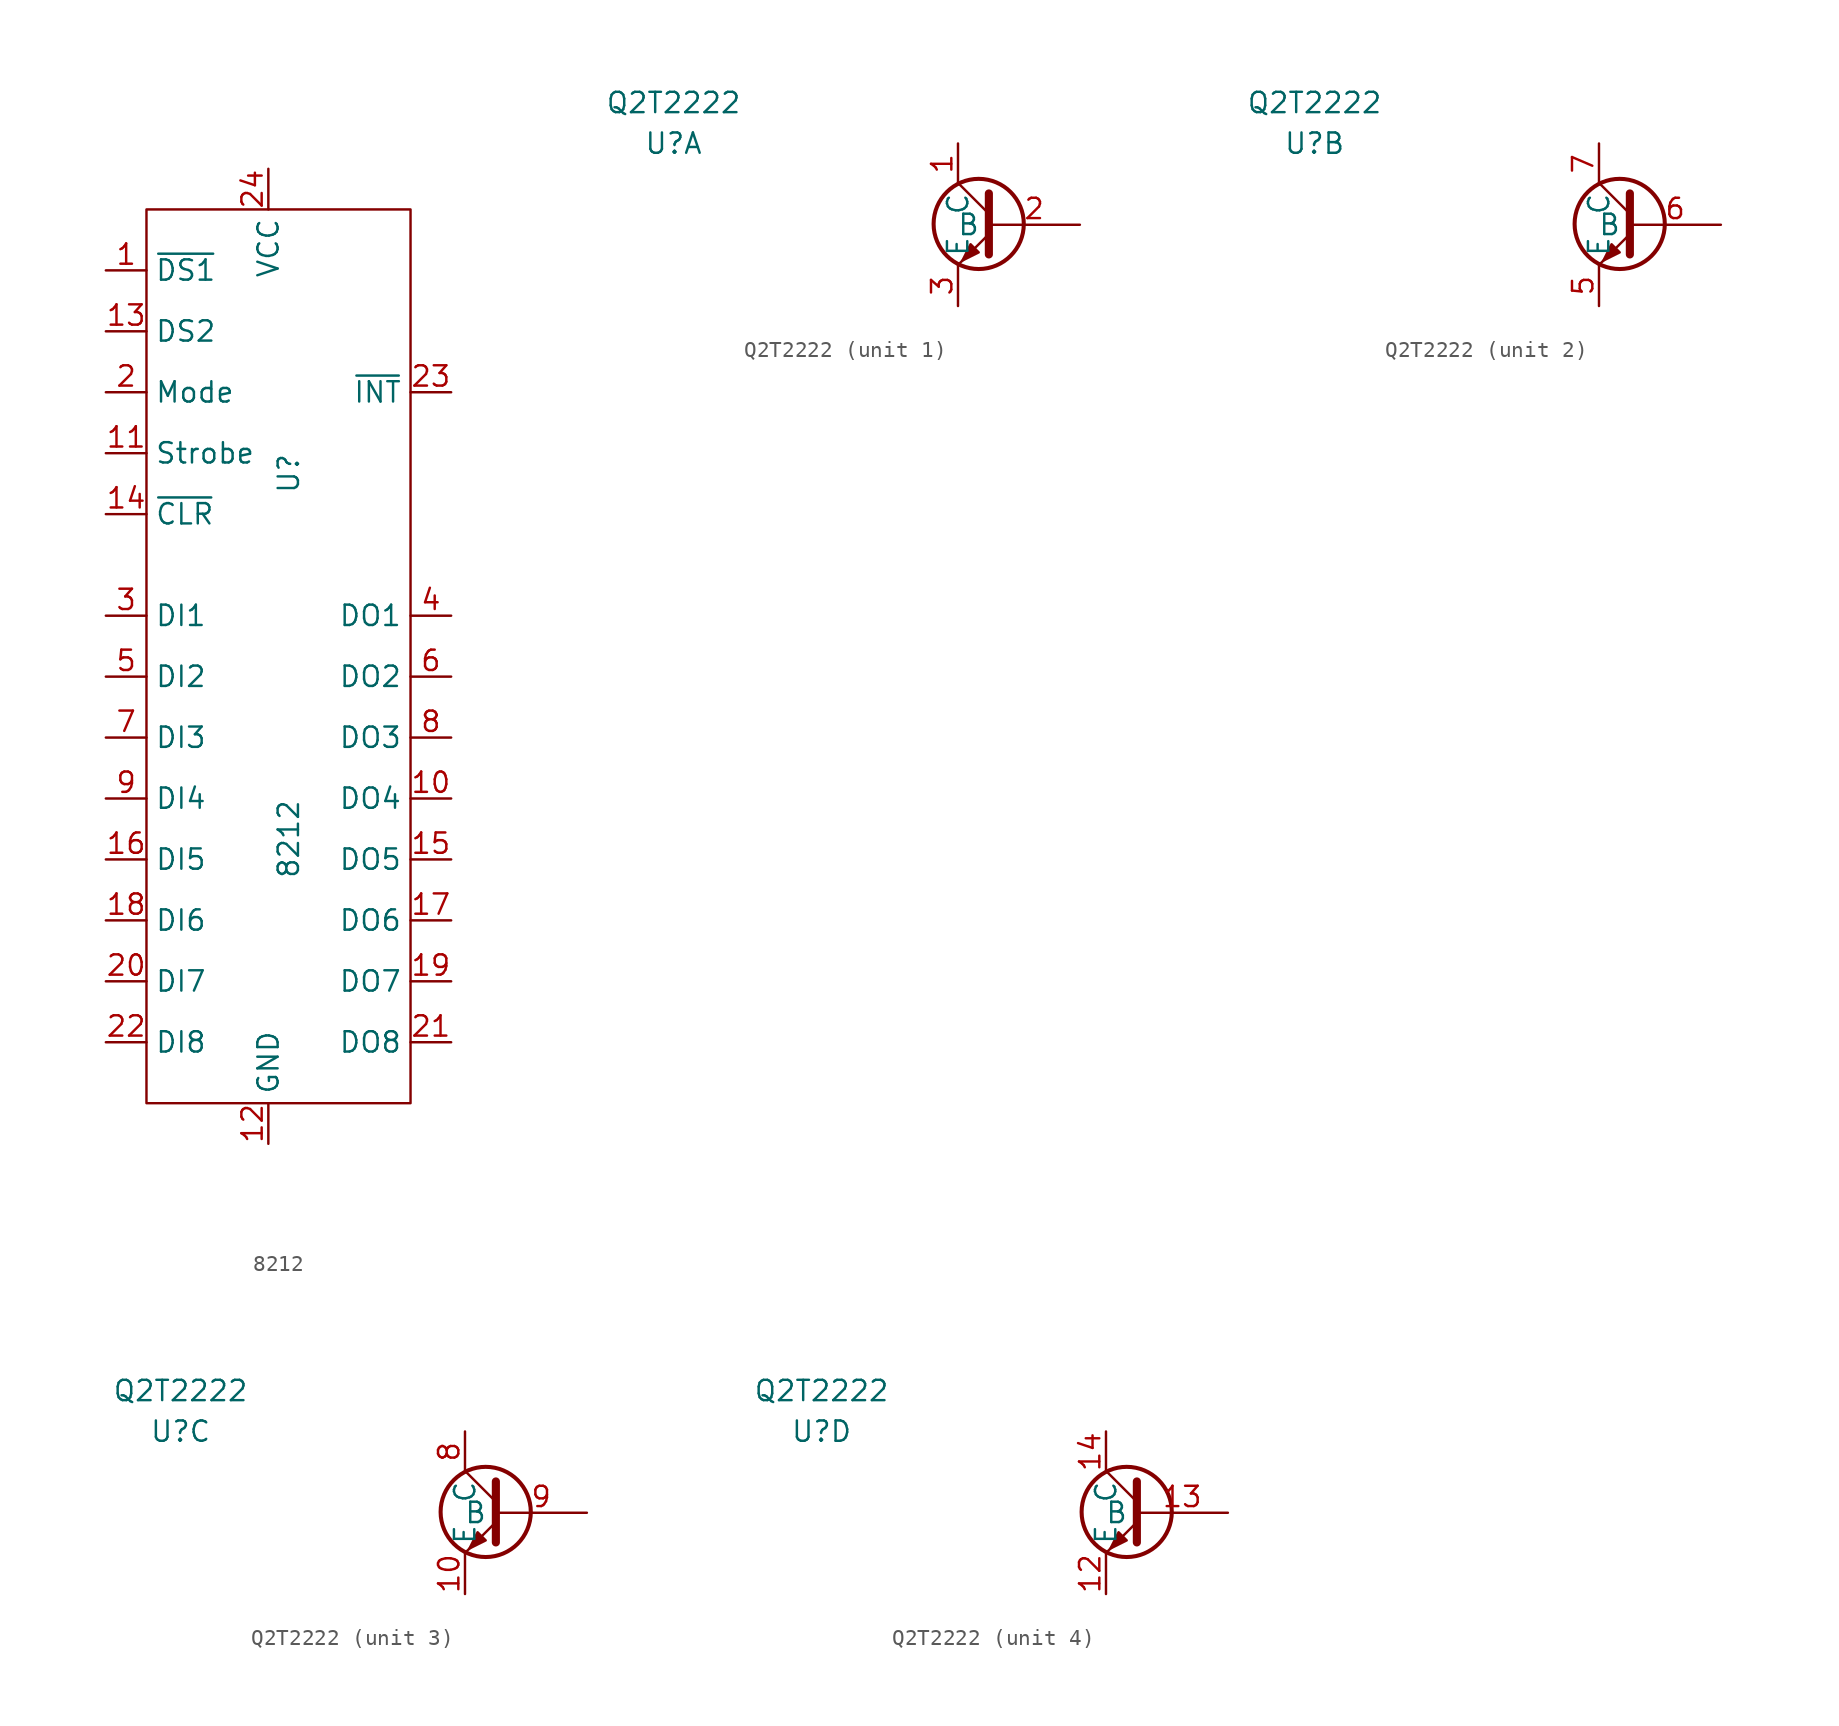
<source format=kicad_sym>
(kicad_symbol_lib
  (version 20220914)
  (generator kicad_symbol_editor)
  (symbol "8212"
    (property "Reference" "U"
      (at 1.27 8.89 90)
      (effects (font (size 1.27 1.27))))
    (property "Value" "8212"
      (at 1.27 -13.97 90)
      (effects (font (size 1.27 1.27))))
    (symbol "8212_0_1"
      (rectangle (start -7.62 25.4) (end 8.89 -30.48) (stroke (width 0.152) (type default)) (fill (type none))))
    (symbol "8212_1_1"
      (pin input line (at -10.16 21.59 0) (length 2.54) (name "~{DS1}" (effects (font (size 1.27 1.27)))) (number "1" (effects (font (size 1.27 1.27)))))
      (pin output line (at 11.43 -11.43 180) (length 2.54) (name "DO4" (effects (font (size 1.27 1.27)))) (number "10" (effects (font (size 1.27 1.27)))))
      (pin input line (at -10.16 10.16 0) (length 2.54) (name "Strobe" (effects (font (size 1.27 1.27)))) (number "11" (effects (font (size 1.27 1.27)))))
      (pin input line (at 0 -33.02 90) (length 2.54) (name "GND" (effects (font (size 1.27 1.27)))) (number "12" (effects (font (size 1.27 1.27)))))
      (pin input line (at -10.16 17.78 0) (length 2.54) (name "DS2" (effects (font (size 1.27 1.27)))) (number "13" (effects (font (size 1.27 1.27)))))
      (pin input line (at -10.16 6.35 0) (length 2.54) (name "~{CLR}" (effects (font (size 1.27 1.27)))) (number "14" (effects (font (size 1.27 1.27)))))
      (pin output line (at 11.43 -15.24 180) (length 2.54) (name "DO5" (effects (font (size 1.27 1.27)))) (number "15" (effects (font (size 1.27 1.27)))))
      (pin input line (at -10.16 -15.24 0) (length 2.54) (name "DI5" (effects (font (size 1.27 1.27)))) (number "16" (effects (font (size 1.27 1.27)))))
      (pin output line (at 11.43 -19.05 180) (length 2.54) (name "DO6" (effects (font (size 1.27 1.27)))) (number "17" (effects (font (size 1.27 1.27)))))
      (pin input line (at -10.16 -19.05 0) (length 2.54) (name "DI6" (effects (font (size 1.27 1.27)))) (number "18" (effects (font (size 1.27 1.27)))))
      (pin output line (at 11.43 -22.86 180) (length 2.54) (name "DO7" (effects (font (size 1.27 1.27)))) (number "19" (effects (font (size 1.27 1.27)))))
      (pin input line (at -10.16 13.97 0) (length 2.54) (name "Mode" (effects (font (size 1.27 1.27)))) (number "2" (effects (font (size 1.27 1.27)))))
      (pin input line (at -10.16 -22.86 0) (length 2.54) (name "DI7" (effects (font (size 1.27 1.27)))) (number "20" (effects (font (size 1.27 1.27)))))
      (pin output line (at 11.43 -26.67 180) (length 2.54) (name "DO8" (effects (font (size 1.27 1.27)))) (number "21" (effects (font (size 1.27 1.27)))))
      (pin input line (at -10.16 -26.67 0) (length 2.54) (name "DI8" (effects (font (size 1.27 1.27)))) (number "22" (effects (font (size 1.27 1.27)))))
      (pin output line (at 11.43 13.97 180) (length 2.54) (name "~{INT}" (effects (font (size 1.27 1.27)))) (number "23" (effects (font (size 1.27 1.27)))))
      (pin input line (at 0 27.94 270) (length 2.54) (name "VCC" (effects (font (size 1.27 1.27)))) (number "24" (effects (font (size 1.27 1.27)))))
      (pin input line (at -10.16 0 0) (length 2.54) (name "DI1" (effects (font (size 1.27 1.27)))) (number "3" (effects (font (size 1.27 1.27)))))
      (pin output line (at 11.43 0 180) (length 2.54) (name "DO1" (effects (font (size 1.27 1.27)))) (number "4" (effects (font (size 1.27 1.27)))))
      (pin input line (at -10.16 -3.81 0) (length 2.54) (name "DI2" (effects (font (size 1.27 1.27)))) (number "5" (effects (font (size 1.27 1.27)))))
      (pin output line (at 11.43 -3.81 180) (length 2.54) (name "DO2" (effects (font (size 1.27 1.27)))) (number "6" (effects (font (size 1.27 1.27)))))
      (pin input line (at -10.16 -7.62 0) (length 2.54) (name "DI3" (effects (font (size 1.27 1.27)))) (number "7" (effects (font (size 1.27 1.27)))))
      (pin output line (at 11.43 -7.62 180) (length 2.54) (name "DO3" (effects (font (size 1.27 1.27)))) (number "8" (effects (font (size 1.27 1.27)))))
      (pin input line (at -10.16 -11.43 0) (length 2.54) (name "DI4" (effects (font (size 1.27 1.27)))) (number "9" (effects (font (size 1.27 1.27)))))))
  (symbol "Q2T2222"
    (property "Reference" "U"
      (at -17.78 5.08 0)
      (effects (font (size 1.27 1.27))))
    (property "Value" "Q2T2222"
      (at -17.78 7.62 0)
      (effects (font (size 1.27 1.27))))
    (symbol "Q2T2222_0_1"
      (polyline (pts (xy 1.93 0.686) (xy 0.025 2.591)) (stroke (width 0) (type default)) (fill (type none)))
      (polyline (pts (xy 1.93 -0.584) (xy 0.025 -2.489) (xy 0.025 -2.489)) (stroke (width 0) (type default)) (fill (type none)))
      (polyline (pts (xy 1.93 1.956) (xy 1.93 -1.854) (xy 1.93 -1.854)) (stroke (width 0.508) (type default)) (fill (type none)))
      (polyline (pts (xy 1.295 -1.727) (xy 0.787 -1.219) (xy 0.279 -2.235) (xy 1.295 -1.727) (xy 1.295 -1.727)) (stroke (width 0) (type default)) (fill (type outline)))
      (circle (center 1.295 0.051) (radius 2.819) (stroke (width 0.254) (type default)) (fill (type none))))
    (symbol "Q2T2222_1_1"
      (pin passive line (at 0 5.08 270) (length 2.54) (name "C" (effects (font (size 1.27 1.27)))) (number "1" (effects (font (size 1.27 1.27)))))
      (pin passive line (at 7.62 0 180) (length 5.715) (name "B" (effects (font (size 1.27 1.27)))) (number "2" (effects (font (size 1.27 1.27)))))
      (pin passive line (at 0 -5.08 90) (length 2.54) (name "E" (effects (font (size 1.27 1.27)))) (number "3" (effects (font (size 1.27 1.27))))))
    (symbol "Q2T2222_2_1"
      (pin passive line (at 0 -5.08 90) (length 2.54) (name "E" (effects (font (size 1.27 1.27)))) (number "5" (effects (font (size 1.27 1.27)))))
      (pin passive line (at 7.62 0 180) (length 5.715) (name "B" (effects (font (size 1.27 1.27)))) (number "6" (effects (font (size 1.27 1.27)))))
      (pin passive line (at 0 5.08 270) (length 2.54) (name "C" (effects (font (size 1.27 1.27)))) (number "7" (effects (font (size 1.27 1.27))))))
    (symbol "Q2T2222_3_1"
      (pin passive line (at 0 -5.08 90) (length 2.54) (name "E" (effects (font (size 1.27 1.27)))) (number "10" (effects (font (size 1.27 1.27)))))
      (pin passive line (at 0 5.08 270) (length 2.54) (name "C" (effects (font (size 1.27 1.27)))) (number "8" (effects (font (size 1.27 1.27)))))
      (pin passive line (at 7.62 0 180) (length 5.715) (name "B" (effects (font (size 1.27 1.27)))) (number "9" (effects (font (size 1.27 1.27))))))
    (symbol "Q2T2222_4_1"
      (pin passive line (at 0 -5.08 90) (length 2.54) (name "E" (effects (font (size 1.27 1.27)))) (number "12" (effects (font (size 1.27 1.27)))))
      (pin passive line (at 7.62 0 180) (length 5.715) (name "B" (effects (font (size 1.27 1.27)))) (number "13" (effects (font (size 1.27 1.27)))))
      (pin passive line (at 0 5.08 270) (length 2.54) (name "C" (effects (font (size 1.27 1.27)))) (number "14" (effects (font (size 1.27 1.27))))))))
</source>
